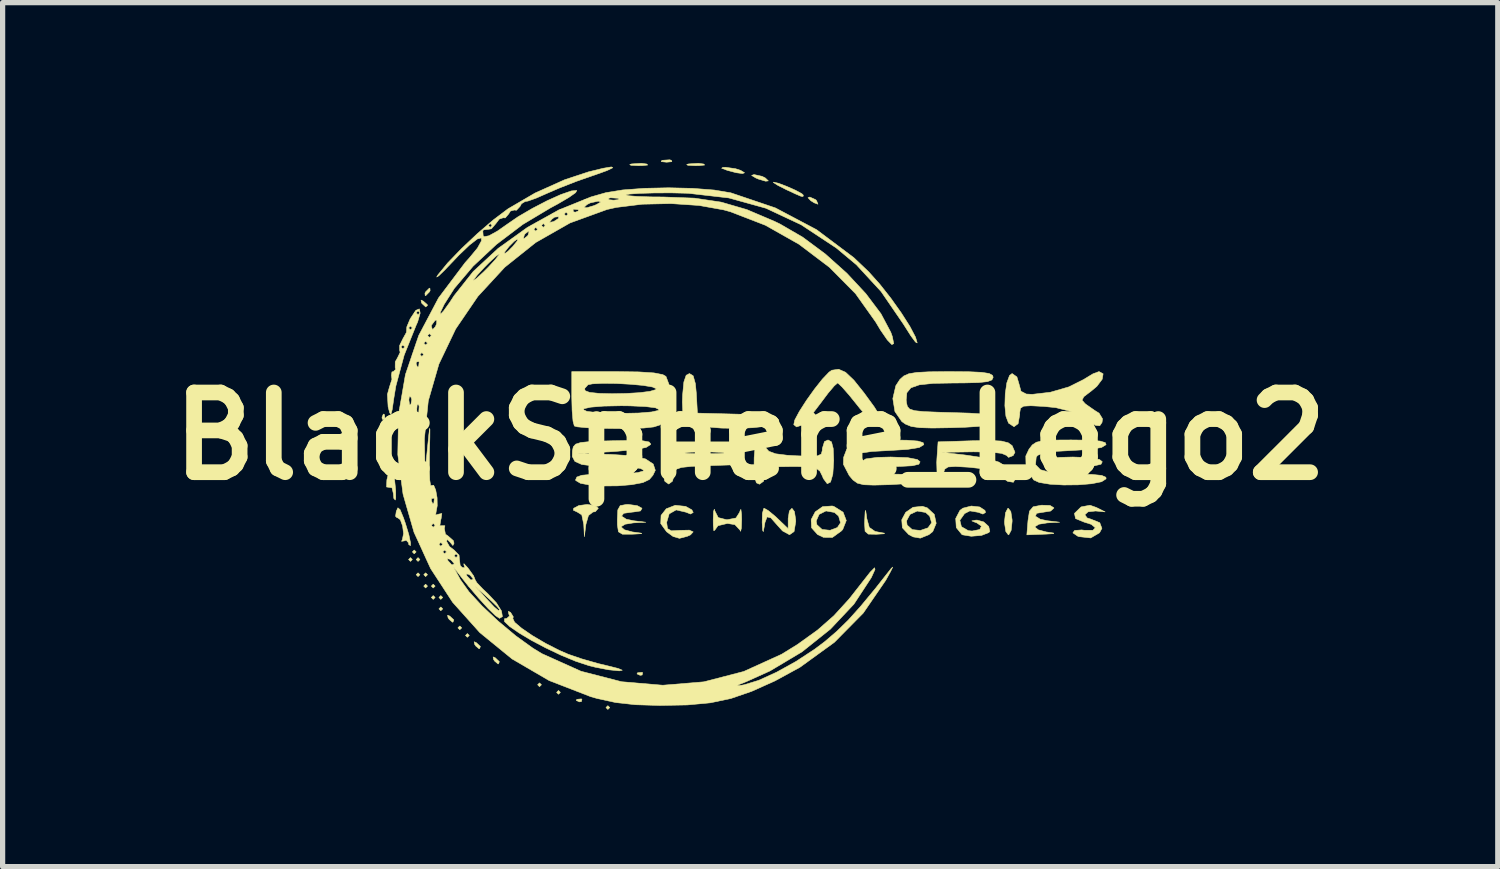
<source format=kicad_pcb>
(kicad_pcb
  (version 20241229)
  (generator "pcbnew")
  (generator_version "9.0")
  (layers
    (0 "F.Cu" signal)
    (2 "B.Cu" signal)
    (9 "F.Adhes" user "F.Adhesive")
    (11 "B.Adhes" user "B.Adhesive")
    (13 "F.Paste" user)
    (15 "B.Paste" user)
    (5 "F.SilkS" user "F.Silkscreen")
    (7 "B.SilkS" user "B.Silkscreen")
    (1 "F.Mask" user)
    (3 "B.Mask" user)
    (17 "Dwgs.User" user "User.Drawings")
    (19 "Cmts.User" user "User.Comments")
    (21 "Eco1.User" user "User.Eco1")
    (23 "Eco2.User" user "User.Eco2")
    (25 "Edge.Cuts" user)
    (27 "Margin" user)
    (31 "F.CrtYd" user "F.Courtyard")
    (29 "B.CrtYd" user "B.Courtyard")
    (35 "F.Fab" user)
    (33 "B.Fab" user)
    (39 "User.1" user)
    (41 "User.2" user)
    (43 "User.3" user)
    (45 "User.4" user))
  (footprint "BlackSphere_Logo2"
    (layer "F.Cu")
    (at 11.292 5.288)
    (property "Reference" "BlackSphere_Logo2" (at 0 0 0) (layer "F.SilkS") (effects (font (size 1.524 1.524) (thickness 0.3))))
    (attr exclude_from_pos_files exclude_from_bom)
    (fp_poly (pts (xy -6.967 0.544) (xy -7.003 0.581) (xy -7.039 0.544) (xy -7.003 0.508) (xy -6.967 0.544)) (stroke (width 0.01) (type solid)) (fill yes) (layer "F.SilkS"))
    (fp_poly (pts (xy -6.459 2.359) (xy -6.495 2.395) (xy -6.531 2.359) (xy -6.495 2.322) (xy -6.459 2.359)) (stroke (width 0.01) (type solid)) (fill yes) (layer "F.SilkS"))
    (fp_poly (pts (xy -6.386 2.213) (xy -6.423 2.25) (xy -6.459 2.213) (xy -6.423 2.177) (xy -6.386 2.213)) (stroke (width 0.01) (type solid)) (fill yes) (layer "F.SilkS"))
    (fp_poly (pts (xy -6.314 2.359) (xy -6.35 2.395) (xy -6.386 2.359) (xy -6.35 2.322) (xy -6.314 2.359)) (stroke (width 0.01) (type solid)) (fill yes) (layer "F.SilkS"))
    (fp_poly (pts (xy -6.314 2.649) (xy -6.35 2.685) (xy -6.386 2.649) (xy -6.35 2.613) (xy -6.314 2.649)) (stroke (width 0.01) (type solid)) (fill yes) (layer "F.SilkS"))
    (fp_poly (pts (xy -6.169 2.649) (xy -6.205 2.685) (xy -6.241 2.649) (xy -6.205 2.613) (xy -6.169 2.649)) (stroke (width 0.01) (type solid)) (fill yes) (layer "F.SilkS"))
    (fp_poly (pts (xy -6.169 2.867) (xy -6.205 2.903) (xy -6.241 2.867) (xy -6.205 2.83) (xy -6.169 2.867)) (stroke (width 0.01) (type solid)) (fill yes) (layer "F.SilkS"))
    (fp_poly (pts (xy -6.023 2.867) (xy -6.06 2.903) (xy -6.096 2.867) (xy -6.06 2.83) (xy -6.023 2.867)) (stroke (width 0.01) (type solid)) (fill yes) (layer "F.SilkS"))
    (fp_poly (pts (xy -6.023 3.084) (xy -6.06 3.121) (xy -6.096 3.084) (xy -6.06 3.048) (xy -6.023 3.084)) (stroke (width 0.01) (type solid)) (fill yes) (layer "F.SilkS"))
    (fp_poly (pts (xy -5.878 3.084) (xy -5.915 3.121) (xy -5.951 3.084) (xy -5.915 3.048) (xy -5.878 3.084)) (stroke (width 0.01) (type solid)) (fill yes) (layer "F.SilkS"))
    (fp_poly (pts (xy -5.878 3.302) (xy -5.915 3.338) (xy -5.951 3.302) (xy -5.915 3.266) (xy -5.878 3.302)) (stroke (width 0.01) (type solid)) (fill yes) (layer "F.SilkS"))
    (fp_poly (pts (xy -5.515 3.665) (xy -5.552 3.701) (xy -5.588 3.665) (xy -5.552 3.629) (xy -5.515 3.665)) (stroke (width 0.01) (type solid)) (fill yes) (layer "F.SilkS"))
    (fp_poly (pts (xy -5.37 3.81) (xy -5.407 3.846) (xy -5.443 3.81) (xy -5.407 3.774) (xy -5.37 3.81)) (stroke (width 0.01) (type solid)) (fill yes) (layer "F.SilkS"))
    (fp_poly (pts (xy -3.991 4.753) (xy -4.028 4.79) (xy -4.064 4.753) (xy -4.028 4.717) (xy -3.991 4.753)) (stroke (width 0.01) (type solid)) (fill yes) (layer "F.SilkS"))
    (fp_poly (pts (xy -3.629 4.899) (xy -3.665 4.935) (xy -3.701 4.899) (xy -3.665 4.862) (xy -3.629 4.899)) (stroke (width 0.01) (type solid)) (fill yes) (layer "F.SilkS"))
    (fp_poly (pts (xy -2.685 5.189) (xy -2.721 5.225) (xy -2.758 5.189) (xy -2.721 5.153) (xy -2.685 5.189)) (stroke (width 0.01) (type solid)) (fill yes) (layer "F.SilkS"))
    (fp_poly (pts (xy -6.991 -0.411) (xy -6.982 -0.325) (xy -6.991 -0.314) (xy -7.034 -0.324) (xy -7.039 -0.363) (xy -7.013 -0.423) (xy -6.991 -0.411)) (stroke (width 0.01) (type solid)) (fill yes) (layer "F.SilkS"))
    (fp_poly (pts (xy -3.217 5.032) (xy -3.227 5.075) (xy -3.266 5.08) (xy -3.325 5.053) (xy -3.314 5.032) (xy -3.228 5.023) (xy -3.217 5.032)) (stroke (width 0.01) (type solid)) (fill yes) (layer "F.SilkS"))
    (fp_poly (pts (xy -2.056 4.524) (xy -2.066 4.567) (xy -2.105 4.572) (xy -2.164 4.545) (xy -2.153 4.524) (xy -2.067 4.515) (xy -2.056 4.524)) (stroke (width 0.01) (type solid)) (fill yes) (layer "F.SilkS"))
    (fp_poly (pts (xy -1.506 -5.273) (xy -1.497 -5.247) (xy -1.597 -5.237) (xy -1.7 -5.248) (xy -1.687 -5.273) (xy -1.539 -5.283) (xy -1.506 -5.273)) (stroke (width 0.01) (type solid)) (fill yes) (layer "F.SilkS"))
    (fp_poly (pts (xy -6.252 -2.583) (xy -6.175 -2.516) (xy -6.169 -2.499) (xy -6.203 -2.47) (xy -6.275 -2.536) (xy -6.284 -2.551) (xy -6.293 -2.601) (xy -6.252 -2.583)) (stroke (width 0.01) (type solid)) (fill yes) (layer "F.SilkS"))
    (fp_poly (pts (xy -5.744 3.44) (xy -5.666 3.513) (xy -5.682 3.555) (xy -5.693 3.556) (xy -5.754 3.504) (xy -5.776 3.472) (xy -5.785 3.423) (xy -5.744 3.44)) (stroke (width 0.01) (type solid)) (fill yes) (layer "F.SilkS"))
    (fp_poly (pts (xy -5.236 3.948) (xy -5.158 4.021) (xy -5.174 4.063) (xy -5.185 4.064) (xy -5.246 4.012) (xy -5.268 3.98) (xy -5.277 3.931) (xy -5.236 3.948)) (stroke (width 0.01) (type solid)) (fill yes) (layer "F.SilkS"))
    (fp_poly (pts (xy -4.873 4.238) (xy -4.796 4.312) (xy -4.812 4.354) (xy -4.822 4.354) (xy -4.883 4.303) (xy -4.906 4.271) (xy -4.914 4.221) (xy -4.873 4.238)) (stroke (width 0.01) (type solid)) (fill yes) (layer "F.SilkS"))
    (fp_poly (pts (xy 1.254 -4.519) (xy 1.27 -4.499) (xy 1.296 -4.434) (xy 1.227 -4.459) (xy 1.161 -4.499) (xy 1.105 -4.558) (xy 1.139 -4.571) (xy 1.254 -4.519)) (stroke (width 0.01) (type solid)) (fill yes) (layer "F.SilkS"))
    (fp_poly (pts (xy -6.92 -0.138) (xy -6.917 -0.126) (xy -6.906 0.032) (xy -6.919 0.092) (xy -6.943 0.095) (xy -6.953 -0.019) (xy -6.953 -0.036) (xy -6.942 -0.149) (xy -6.92 -0.138)) (stroke (width 0.01) (type solid)) (fill yes) (layer "F.SilkS"))
    (fp_poly (pts (xy -6.119 -2.783) (xy -6.132 -2.758) (xy -6.201 -2.688) (xy -6.213 -2.685) (xy -6.218 -2.732) (xy -6.205 -2.758) (xy -6.136 -2.827) (xy -6.124 -2.83) (xy -6.119 -2.783)) (stroke (width 0.01) (type solid)) (fill yes) (layer "F.SilkS"))
    (fp_poly (pts (xy -1.977 -5.202) (xy -1.96 -5.183) (xy -2.064 -5.172) (xy -2.141 -5.171) (xy -2.281 -5.178) (xy -2.303 -5.194) (xy -2.267 -5.204) (xy -2.078 -5.216) (xy -1.977 -5.202)) (stroke (width 0.01) (type solid)) (fill yes) (layer "F.SilkS"))
    (fp_poly (pts (xy -0.888 -5.202) (xy -0.871 -5.183) (xy -0.975 -5.172) (xy -1.052 -5.171) (xy -1.193 -5.178) (xy -1.214 -5.194) (xy -1.178 -5.204) (xy -0.989 -5.216) (xy -0.888 -5.202)) (stroke (width 0.01) (type solid)) (fill yes) (layer "F.SilkS"))
    (fp_poly (pts (xy 0.227 -4.967) (xy 0.29 -4.935) (xy 0.347 -4.88) (xy 0.295 -4.874) (xy 0.159 -4.914) (xy 0.109 -4.935) (xy 0.027 -4.984) (xy 0.073 -5.001) (xy 0.227 -4.967)) (stroke (width 0.01) (type solid)) (fill yes) (layer "F.SilkS"))
    (fp_poly (pts (xy -0.281 -5.113) (xy -0.181 -5.08) (xy -0.108 -5.035) (xy -0.147 -5.02) (xy -0.267 -5.036) (xy -0.435 -5.08) (xy -0.546 -5.122) (xy -0.522 -5.138) (xy -0.472 -5.14) (xy -0.281 -5.113)) (stroke (width 0.01) (type solid)) (fill yes) (layer "F.SilkS"))
    (fp_poly (pts (xy 0.54 -4.835) (xy 0.698 -4.775) (xy 0.865 -4.701) (xy 0.987 -4.635) (xy 1.016 -4.607) (xy 1.01 -4.581) (xy 0.971 -4.586) (xy 0.863 -4.632) (xy 0.689 -4.713) (xy 0.526 -4.796) (xy 0.445 -4.848) (xy 0.445 -4.856) (xy 0.54 -4.835)) (stroke (width 0.01) (type solid)) (fill yes) (layer "F.SilkS"))
    (fp_poly (pts (xy 4.983 1.443) (xy 5.007 1.6) (xy 5.007 1.633) (xy 4.989 1.801) (xy 4.944 1.885) (xy 4.935 1.887) (xy 4.887 1.823) (xy 4.863 1.666) (xy 4.862 1.633) (xy 4.881 1.465) (xy 4.925 1.381) (xy 4.935 1.379) (xy 4.983 1.443)) (stroke (width 0.01) (type solid)) (fill yes) (layer "F.SilkS"))
    (fp_poly (pts (xy -6.841 0.59) (xy -6.812 0.737) (xy -6.799 0.828) (xy -6.777 1.041) (xy -6.776 1.187) (xy -6.785 1.221) (xy -6.813 1.191) (xy -6.822 1.096) (xy -6.848 0.988) (xy -6.894 0.98) (xy -6.952 0.972) (xy -6.946 0.836) (xy -6.901 0.653) (xy -6.868 0.567) (xy -6.841 0.59)) (stroke (width 0.01) (type solid)) (fill yes) (layer "F.SilkS"))
    (fp_poly (pts (xy -2.965 1.328) (xy -2.903 1.379) (xy -2.961 1.444) (xy -3.007 1.451) (xy -3.092 1.518) (xy -3.141 1.687) (xy -3.17 1.923) (xy -3.182 1.687) (xy -3.22 1.505) (xy -3.306 1.451) (xy -3.381 1.416) (xy -3.375 1.379) (xy -3.276 1.327) (xy -3.116 1.306) (xy -2.965 1.328)) (stroke (width 0.01) (type solid)) (fill yes) (layer "F.SilkS"))
    (fp_poly (pts (xy 2.223 1.522) (xy 2.229 1.574) (xy 2.277 1.745) (xy 2.388 1.822) (xy 2.454 1.835) (xy 2.57 1.856) (xy 2.554 1.867) (xy 2.413 1.876) (xy 2.259 1.873) (xy 2.196 1.819) (xy 2.187 1.67) (xy 2.189 1.615) (xy 2.197 1.447) (xy 2.207 1.418) (xy 2.223 1.522)) (stroke (width 0.01) (type solid)) (fill yes) (layer "F.SilkS"))
    (fp_poly (pts (xy 3.009 0.411) (xy 3.195 0.447) (xy 3.248 0.49) (xy 3.224 0.537) (xy 3.101 0.566) (xy 2.862 0.579) (xy 2.685 0.581) (xy 2.378 0.574) (xy 2.197 0.554) (xy 2.124 0.517) (xy 2.123 0.49) (xy 2.21 0.435) (xy 2.429 0.406) (xy 2.685 0.399) (xy 3.009 0.411)) (stroke (width 0.01) (type solid)) (fill yes) (layer "F.SilkS"))
    (fp_poly (pts (xy 6.492 0.411) (xy 6.678 0.447) (xy 6.731 0.49) (xy 6.707 0.537) (xy 6.585 0.566) (xy 6.345 0.579) (xy 6.169 0.581) (xy 5.861 0.574) (xy 5.68 0.554) (xy 5.607 0.517) (xy 5.606 0.49) (xy 5.693 0.435) (xy 5.913 0.406) (xy 6.169 0.399) (xy 6.492 0.411)) (stroke (width 0.01) (type solid)) (fill yes) (layer "F.SilkS"))
    (fp_poly (pts (xy -6.693 1.406) (xy -6.629 1.561) (xy -6.592 1.667) (xy -6.526 1.884) (xy -6.493 2.041) (xy -6.495 2.093) (xy -6.528 2.072) (xy -6.531 2.04) (xy -6.577 1.989) (xy -6.615 2.003) (xy -6.665 2.011) (xy -6.649 1.974) (xy -6.627 1.863) (xy -6.645 1.718) (xy -6.689 1.597) (xy -6.745 1.558) (xy -6.75 1.561) (xy -6.78 1.532) (xy -6.766 1.437) (xy -6.735 1.37) (xy -6.693 1.406)) (stroke (width 0.01) (type solid)) (fill yes) (layer "F.SilkS"))
    (fp_poly (pts (xy -1.234 1.343) (xy -1.116 1.409) (xy -1.089 1.459) (xy -1.14 1.489) (xy -1.228 1.454) (xy -1.416 1.41) (xy -1.549 1.486) (xy -1.597 1.649) (xy -1.581 1.768) (xy -1.507 1.81) (xy -1.343 1.801) (xy -1.163 1.797) (xy -1.09 1.83) (xy -1.14 1.886) (xy -1.203 1.915) (xy -1.352 1.954) (xy -1.473 1.919) (xy -1.598 1.828) (xy -1.71 1.672) (xy -1.704 1.515) (xy -1.604 1.388) (xy -1.433 1.322) (xy -1.234 1.343)) (stroke (width 0.01) (type solid)) (fill yes) (layer "F.SilkS"))
    (fp_poly (pts (xy -0.674 1.433) (xy -0.611 1.557) (xy -0.459 1.596) (xy -0.435 1.597) (xy -0.272 1.565) (xy -0.2 1.452) (xy -0.196 1.433) (xy -0.178 1.399) (xy -0.166 1.49) (xy -0.163 1.597) (xy -0.169 1.761) (xy -0.184 1.82) (xy -0.195 1.796) (xy -0.292 1.692) (xy -0.435 1.669) (xy -0.616 1.712) (xy -0.676 1.796) (xy -0.695 1.809) (xy -0.706 1.702) (xy -0.707 1.597) (xy -0.701 1.44) (xy -0.686 1.397) (xy -0.674 1.433)) (stroke (width 0.01) (type solid)) (fill yes) (layer "F.SilkS"))
    (fp_poly (pts (xy 0.846 1.443) (xy 0.87 1.6) (xy 0.871 1.633) (xy 0.839 1.824) (xy 0.752 1.885) (xy 0.618 1.812) (xy 0.521 1.705) (xy 0.395 1.562) (xy 0.323 1.544) (xy 0.282 1.651) (xy 0.27 1.724) (xy 0.25 1.826) (xy 0.237 1.797) (xy 0.229 1.651) (xy 0.233 1.476) (xy 0.259 1.383) (xy 0.268 1.379) (xy 0.348 1.425) (xy 0.484 1.538) (xy 0.522 1.574) (xy 0.726 1.769) (xy 0.726 1.574) (xy 0.749 1.431) (xy 0.798 1.379) (xy 0.846 1.443)) (stroke (width 0.01) (type solid)) (fill yes) (layer "F.SilkS"))
    (fp_poly (pts (xy -1.09 -1.153) (xy -1.048 -1.004) (xy -1.03 -0.819) (xy -1.009 -0.44) (xy -0.232 -0.42) (xy 0.121 -0.407) (xy 0.352 -0.388) (xy 0.484 -0.359) (xy 0.539 -0.317) (xy 0.544 -0.29) (xy 0.478 -0.233) (xy 0.301 -0.189) (xy 0.048 -0.161) (xy -0.247 -0.149) (xy -0.55 -0.154) (xy -0.826 -0.176) (xy -1.042 -0.215) (xy -1.146 -0.259) (xy -1.242 -0.345) (xy -1.288 -0.461) (xy -1.297 -0.651) (xy -1.292 -0.787) (xy -1.268 -1.036) (xy -1.224 -1.164) (xy -1.161 -1.197) (xy -1.09 -1.153)) (stroke (width 0.01) (type solid)) (fill yes) (layer "F.SilkS"))
    (fp_poly (pts (xy 1.599 1.343) (xy 1.776 1.454) (xy 1.837 1.613) (xy 1.769 1.785) (xy 1.743 1.813) (xy 1.571 1.937) (xy 1.402 1.935) (xy 1.288 1.881) (xy 1.173 1.752) (xy 1.167 1.623) (xy 1.262 1.623) (xy 1.275 1.693) (xy 1.374 1.784) (xy 1.527 1.8) (xy 1.667 1.747) (xy 1.727 1.656) (xy 1.69 1.528) (xy 1.611 1.459) (xy 1.449 1.43) (xy 1.317 1.496) (xy 1.262 1.623) (xy 1.167 1.623) (xy 1.166 1.595) (xy 1.243 1.448) (xy 1.384 1.348) (xy 1.567 1.335) (xy 1.599 1.343)) (stroke (width 0.01) (type solid)) (fill yes) (layer "F.SilkS"))
    (fp_poly (pts (xy 3.384 1.37) (xy 3.519 1.495) (xy 3.556 1.666) (xy 3.49 1.825) (xy 3.416 1.884) (xy 3.252 1.95) (xy 3.116 1.926) (xy 3.03 1.881) (xy 2.909 1.751) (xy 2.899 1.619) (xy 2.989 1.619) (xy 3 1.7) (xy 3.098 1.787) (xy 3.253 1.803) (xy 3.399 1.753) (xy 3.469 1.656) (xy 3.431 1.528) (xy 3.353 1.459) (xy 3.193 1.432) (xy 3.055 1.496) (xy 2.989 1.619) (xy 2.899 1.619) (xy 2.898 1.598) (xy 2.973 1.457) (xy 3.113 1.36) (xy 3.292 1.341) (xy 3.384 1.37)) (stroke (width 0.01) (type solid)) (fill yes) (layer "F.SilkS"))
    (fp_poly (pts (xy 6.616 1.363) (xy 6.785 1.448) (xy 6.604 1.431) (xy 6.459 1.447) (xy 6.398 1.503) (xy 6.442 1.564) (xy 6.509 1.585) (xy 6.683 1.655) (xy 6.724 1.763) (xy 6.679 1.847) (xy 6.51 1.946) (xy 6.284 1.921) (xy 6.259 1.911) (xy 6.169 1.849) (xy 6.202 1.803) (xy 6.337 1.793) (xy 6.386 1.799) (xy 6.553 1.799) (xy 6.598 1.752) (xy 6.522 1.687) (xy 6.38 1.642) (xy 6.22 1.576) (xy 6.199 1.477) (xy 6.321 1.358) (xy 6.33 1.352) (xy 6.496 1.321) (xy 6.616 1.363)) (stroke (width 0.01) (type solid)) (fill yes) (layer "F.SilkS"))
    (fp_poly (pts (xy 5.732 1.325) (xy 5.805 1.369) (xy 5.806 1.374) (xy 5.744 1.432) (xy 5.624 1.451) (xy 5.476 1.475) (xy 5.452 1.53) (xy 5.545 1.588) (xy 5.679 1.617) (xy 5.915 1.646) (xy 5.679 1.658) (xy 5.518 1.684) (xy 5.444 1.732) (xy 5.443 1.737) (xy 5.506 1.791) (xy 5.661 1.832) (xy 5.679 1.834) (xy 5.803 1.853) (xy 5.799 1.864) (xy 5.659 1.873) (xy 5.602 1.875) (xy 5.289 1.887) (xy 5.311 1.615) (xy 5.339 1.434) (xy 5.409 1.351) (xy 5.563 1.321) (xy 5.57 1.32) (xy 5.732 1.325)) (stroke (width 0.01) (type solid)) (fill yes) (layer "F.SilkS"))
    (fp_poly (pts (xy -2.159 1.329) (xy -2.068 1.379) (xy -2.097 1.43) (xy -2.238 1.451) (xy -2.245 1.451) (xy -2.418 1.475) (xy -2.459 1.529) (xy -2.371 1.587) (xy -2.232 1.617) (xy -1.996 1.646) (xy -2.232 1.658) (xy -2.392 1.684) (xy -2.467 1.732) (xy -2.467 1.737) (xy -2.404 1.791) (xy -2.249 1.832) (xy -2.232 1.834) (xy -2.086 1.854) (xy -2.073 1.864) (xy -2.197 1.872) (xy -2.268 1.875) (xy -2.442 1.875) (xy -2.519 1.829) (xy -2.539 1.696) (xy -2.54 1.597) (xy -2.531 1.41) (xy -2.485 1.328) (xy -2.37 1.307) (xy -2.327 1.306) (xy -2.159 1.329)) (stroke (width 0.01) (type solid)) (fill yes) (layer "F.SilkS"))
    (fp_poly (pts (xy -0.181 0.544) (xy -0.816 0.565) (xy -1.123 0.578) (xy -1.312 0.598) (xy -1.411 0.631) (xy -1.448 0.684) (xy -1.451 0.724) (xy -1.485 0.86) (xy -1.558 0.916) (xy -1.629 0.866) (xy -1.638 0.847) (xy -1.658 0.713) (xy -1.66 0.503) (xy -1.656 0.426) (xy -1.648 0.322) (xy -1.252 0.322) (xy -1.193 0.331) (xy -1.018 0.337) (xy -0.871 0.338) (xy -0.635 0.335) (xy -0.508 0.327) (xy -0.504 0.317) (xy -0.562 0.31) (xy -0.851 0.298) (xy -1.149 0.307) (xy -1.179 0.31) (xy -1.252 0.322) (xy -1.648 0.322) (xy -1.633 0.109) (xy -0.181 0.109) (xy -0.181 0.544)) (stroke (width 0.01) (type solid)) (fill yes) (layer "F.SilkS"))
    (fp_poly (pts (xy -4.582 3.368) (xy -4.529 3.454) (xy -4.538 3.487) (xy -4.504 3.558) (xy -4.369 3.673) (xy -4.163 3.814) (xy -3.915 3.96) (xy -3.655 4.093) (xy -3.483 4.168) (xy -3.221 4.258) (xy -2.905 4.348) (xy -2.721 4.392) (xy -2.522 4.442) (xy -2.445 4.475) (xy -2.501 4.487) (xy -2.504 4.487) (xy -2.705 4.467) (xy -2.964 4.417) (xy -3.084 4.387) (xy -3.338 4.303) (xy -3.62 4.186) (xy -3.908 4.049) (xy -4.181 3.905) (xy -4.417 3.764) (xy -4.597 3.64) (xy -4.697 3.545) (xy -4.698 3.491) (xy -4.652 3.483) (xy -4.601 3.438) (xy -4.615 3.4) (xy -4.624 3.35) (xy -4.582 3.368)) (stroke (width 0.01) (type solid)) (fill yes) (layer "F.SilkS"))
    (fp_poly (pts (xy 1.823 -1.221) (xy 1.982 -1.07) (xy 2.175 -0.829) (xy 2.372 -0.559) (xy 2.484 -0.379) (xy 2.521 -0.266) (xy 2.493 -0.2) (xy 2.475 -0.186) (xy 2.398 -0.217) (xy 2.263 -0.34) (xy 2.095 -0.532) (xy 2.059 -0.578) (xy 1.891 -0.786) (xy 1.755 -0.941) (xy 1.677 -1.014) (xy 1.67 -1.016) (xy 1.607 -0.961) (xy 1.487 -0.819) (xy 1.337 -0.619) (xy 1.134 -0.354) (xy 0.987 -0.21) (xy 0.886 -0.177) (xy 0.833 -0.22) (xy 0.852 -0.308) (xy 0.94 -0.473) (xy 1.074 -0.682) (xy 1.229 -0.899) (xy 1.381 -1.091) (xy 1.507 -1.223) (xy 1.561 -1.26) (xy 1.691 -1.279) (xy 1.823 -1.221)) (stroke (width 0.01) (type solid)) (fill yes) (layer "F.SilkS"))
    (fp_poly (pts (xy 4.387 1.354) (xy 4.488 1.42) (xy 4.499 1.459) (xy 4.449 1.49) (xy 4.364 1.457) (xy 4.199 1.429) (xy 4.099 1.48) (xy 4.008 1.608) (xy 4.038 1.731) (xy 4.17 1.807) (xy 4.243 1.814) (xy 4.389 1.785) (xy 4.421 1.72) (xy 4.327 1.655) (xy 4.3 1.647) (xy 4.237 1.62) (xy 4.313 1.606) (xy 4.338 1.605) (xy 4.464 1.64) (xy 4.56 1.727) (xy 4.581 1.819) (xy 4.563 1.843) (xy 4.422 1.898) (xy 4.226 1.914) (xy 4.061 1.887) (xy 4.046 1.879) (xy 3.94 1.748) (xy 3.929 1.574) (xy 4.01 1.419) (xy 4.067 1.377) (xy 4.227 1.336) (xy 4.387 1.354)) (stroke (width 0.01) (type solid)) (fill yes) (layer "F.SilkS"))
    (fp_poly (pts (xy 2.999 0.078) (xy 3.207 0.094) (xy 3.307 0.125) (xy 3.32 0.163) (xy 3.232 0.217) (xy 3.004 0.254) (xy 2.658 0.275) (xy 2.327 0.293) (xy 2.119 0.322) (xy 2.011 0.368) (xy 1.984 0.403) (xy 1.971 0.545) (xy 2.066 0.642) (xy 2.279 0.701) (xy 2.621 0.725) (xy 2.736 0.726) (xy 3.05 0.732) (xy 3.238 0.751) (xy 3.317 0.786) (xy 3.32 0.816) (xy 3.23 0.871) (xy 3 0.908) (xy 2.669 0.928) (xy 2.365 0.936) (xy 2.171 0.929) (xy 2.05 0.899) (xy 1.965 0.838) (xy 1.893 0.753) (xy 1.782 0.539) (xy 1.786 0.406) (xy 1.843 0.257) (xy 1.925 0.161) (xy 2.061 0.105) (xy 2.28 0.079) (xy 2.612 0.073) (xy 2.664 0.073) (xy 2.999 0.078)) (stroke (width 0.01) (type solid)) (fill yes) (layer "F.SilkS"))
    (fp_poly (pts (xy 6.477 0.077) (xy 6.688 0.094) (xy 6.789 0.124) (xy 6.804 0.163) (xy 6.715 0.217) (xy 6.488 0.254) (xy 6.141 0.275) (xy 5.811 0.293) (xy 5.603 0.322) (xy 5.494 0.368) (xy 5.468 0.403) (xy 5.455 0.545) (xy 5.549 0.642) (xy 5.763 0.701) (xy 6.104 0.725) (xy 6.22 0.726) (xy 6.534 0.732) (xy 6.721 0.751) (xy 6.8 0.786) (xy 6.804 0.816) (xy 6.717 0.872) (xy 6.527 0.91) (xy 6.272 0.931) (xy 5.993 0.934) (xy 5.731 0.919) (xy 5.524 0.885) (xy 5.419 0.837) (xy 5.274 0.613) (xy 5.269 0.38) (xy 5.33 0.25) (xy 5.393 0.168) (xy 5.472 0.116) (xy 5.6 0.087) (xy 5.808 0.075) (xy 6.128 0.073) (xy 6.14 0.073) (xy 6.477 0.077)) (stroke (width 0.01) (type solid)) (fill yes) (layer "F.SilkS"))
    (fp_poly (pts (xy 4.802 0.094) (xy 4.933 0.127) (xy 5.008 0.182) (xy 5.062 0.308) (xy 5.027 0.372) (xy 4.939 0.406) (xy 4.902 0.369) (xy 4.805 0.329) (xy 4.589 0.305) (xy 4.277 0.3) (xy 4.259 0.3) (xy 3.665 0.309) (xy 4.147 0.366) (xy 4.505 0.421) (xy 4.754 0.496) (xy 4.926 0.605) (xy 5.002 0.682) (xy 5.069 0.814) (xy 5.032 0.882) (xy 4.923 0.865) (xy 4.816 0.789) (xy 4.666 0.685) (xy 4.461 0.625) (xy 4.176 0.594) (xy 3.925 0.58) (xy 3.784 0.589) (xy 3.718 0.632) (xy 3.691 0.722) (xy 3.684 0.772) (xy 3.657 0.901) (xy 3.621 0.897) (xy 3.602 0.861) (xy 3.572 0.717) (xy 3.566 0.501) (xy 3.57 0.426) (xy 3.592 0.109) (xy 4.253 0.088) (xy 4.585 0.083) (xy 4.802 0.094)) (stroke (width 0.01) (type solid)) (fill yes) (layer "F.SilkS"))
    (fp_poly (pts (xy 1.554 0.109) (xy 1.587 0.235) (xy 1.597 0.467) (xy 1.58 0.727) (xy 1.536 0.878) (xy 1.473 0.91) (xy 1.399 0.811) (xy 1.381 0.766) (xy 1.333 0.669) (xy 1.261 0.613) (xy 1.126 0.588) (xy 0.893 0.581) (xy 0.8 0.581) (xy 0.532 0.585) (xy 0.378 0.603) (xy 0.308 0.643) (xy 0.29 0.714) (xy 0.29 0.721) (xy 0.256 0.862) (xy 0.178 0.919) (xy 0.119 0.893) (xy 0.088 0.796) (xy 0.074 0.618) (xy 0.076 0.409) (xy 0.092 0.217) (xy 0.121 0.094) (xy 0.143 0.073) (xy 0.229 0.129) (xy 0.287 0.212) (xy 0.356 0.289) (xy 0.484 0.337) (xy 0.704 0.365) (xy 0.87 0.375) (xy 1.136 0.385) (xy 1.288 0.377) (xy 1.359 0.343) (xy 1.378 0.274) (xy 1.379 0.236) (xy 1.42 0.104) (xy 1.488 0.073) (xy 1.554 0.109)) (stroke (width 0.01) (type solid)) (fill yes) (layer "F.SilkS"))
    (fp_poly (pts (xy 6.747 -1.192) (xy 6.729 -1.087) (xy 6.627 -0.952) (xy 6.522 -0.864) (xy 6.379 -0.755) (xy 6.344 -0.688) (xy 6.402 -0.622) (xy 6.431 -0.6) (xy 6.585 -0.492) (xy 6.67 -0.439) (xy 6.736 -0.331) (xy 6.726 -0.261) (xy 6.683 -0.199) (xy 6.606 -0.205) (xy 6.459 -0.288) (xy 6.379 -0.34) (xy 6.127 -0.473) (xy 5.843 -0.545) (xy 5.616 -0.568) (xy 5.365 -0.581) (xy 5.227 -0.573) (xy 5.167 -0.533) (xy 5.153 -0.449) (xy 5.153 -0.412) (xy 5.122 -0.238) (xy 5.044 -0.18) (xy 4.939 -0.249) (xy 4.889 -0.38) (xy 4.869 -0.582) (xy 4.876 -0.81) (xy 4.906 -1.018) (xy 4.958 -1.16) (xy 5.007 -1.197) (xy 5.099 -1.132) (xy 5.139 -0.998) (xy 5.177 -0.858) (xy 5.279 -0.805) (xy 5.393 -0.799) (xy 5.738 -0.839) (xy 6.093 -0.942) (xy 6.383 -1.087) (xy 6.397 -1.097) (xy 6.554 -1.192) (xy 6.667 -1.234) (xy 6.67 -1.234) (xy 6.747 -1.192)) (stroke (width 0.01) (type solid)) (fill yes) (layer "F.SilkS"))
    (fp_poly (pts (xy 4.185 -1.231) (xy 4.426 -1.22) (xy 4.568 -1.198) (xy 4.633 -1.162) (xy 4.645 -1.125) (xy 4.621 -1.075) (xy 4.535 -1.042) (xy 4.362 -1.024) (xy 4.08 -1.017) (xy 3.891 -1.016) (xy 3.5 -1.009) (xy 3.234 -0.981) (xy 3.072 -0.924) (xy 2.995 -0.83) (xy 2.982 -0.691) (xy 2.988 -0.639) (xy 3.005 -0.567) (xy 3.048 -0.518) (xy 3.143 -0.487) (xy 3.316 -0.469) (xy 3.592 -0.458) (xy 3.833 -0.451) (xy 4.19 -0.44) (xy 4.424 -0.425) (xy 4.561 -0.402) (xy 4.622 -0.367) (xy 4.632 -0.316) (xy 4.63 -0.306) (xy 4.601 -0.249) (xy 4.521 -0.211) (xy 4.366 -0.186) (xy 4.111 -0.17) (xy 3.838 -0.161) (xy 3.483 -0.155) (xy 3.241 -0.162) (xy 3.08 -0.185) (xy 2.969 -0.23) (xy 2.899 -0.279) (xy 2.767 -0.47) (xy 2.727 -0.718) (xy 2.784 -0.964) (xy 2.863 -1.085) (xy 2.936 -1.15) (xy 3.033 -1.193) (xy 3.184 -1.218) (xy 3.418 -1.23) (xy 3.763 -1.234) (xy 3.821 -1.234) (xy 4.185 -1.231)) (stroke (width 0.01) (type solid)) (fill yes) (layer "F.SilkS"))
    (fp_poly (pts (xy -2.052 0.089) (xy -1.934 0.111) (xy -1.902 0.15) (xy -1.904 0.161) (xy -1.99 0.216) (xy -2.212 0.259) (xy -2.573 0.292) (xy -2.618 0.295) (xy -3.302 0.335) (xy -2.672 0.349) (xy -2.272 0.375) (xy -2.003 0.435) (xy -1.854 0.533) (xy -1.814 0.653) (xy -1.86 0.749) (xy -1.928 0.829) (xy -2.052 0.888) (xy -2.264 0.928) (xy -2.526 0.95) (xy -2.802 0.953) (xy -3.053 0.937) (xy -3.244 0.902) (xy -3.335 0.848) (xy -3.338 0.835) (xy -3.313 0.781) (xy -3.22 0.748) (xy -3.035 0.731) (xy -2.733 0.726) (xy -2.685 0.726) (xy -2.372 0.718) (xy -2.149 0.697) (xy -2.039 0.665) (xy -2.032 0.653) (xy -2.1 0.617) (xy -2.286 0.592) (xy -2.564 0.58) (xy -2.631 0.579) (xy -2.987 0.571) (xy -3.22 0.542) (xy -3.351 0.483) (xy -3.402 0.388) (xy -3.399 0.282) (xy -3.382 0.204) (xy -3.337 0.153) (xy -3.24 0.122) (xy -3.062 0.104) (xy -2.777 0.092) (xy -2.624 0.088) (xy -2.276 0.082) (xy -2.052 0.089)) (stroke (width 0.01) (type solid)) (fill yes) (layer "F.SilkS"))
    (fp_poly (pts (xy -6.309 -2.352) (xy -6.358 -2.182) (xy -6.385 -2.123) (xy -6.615 -1.549) (xy -6.774 -0.958) (xy -6.812 -0.728) (xy -6.844 -0.508) (xy -6.868 -0.418) (xy -6.891 -0.444) (xy -6.922 -0.558) (xy -6.936 -0.798) (xy -6.896 -0.941) (xy -6.849 -1.086) (xy -6.859 -1.163) (xy -6.849 -1.228) (xy -6.822 -1.234) (xy -6.775 -1.278) (xy -6.787 -1.309) (xy -6.786 -1.421) (xy -6.745 -1.493) (xy -6.692 -1.602) (xy -6.703 -1.647) (xy -6.702 -1.705) (xy -6.677 -1.705) (xy -6.64 -1.669) (xy -6.604 -1.705) (xy -6.64 -1.742) (xy -6.677 -1.705) (xy -6.702 -1.705) (xy -6.702 -1.734) (xy -6.639 -1.863) (xy -6.572 -1.984) (xy -6.568 -2.032) (xy -6.566 -2.068) (xy -6.531 -2.068) (xy -6.495 -2.032) (xy -6.459 -2.068) (xy -6.495 -2.105) (xy -6.531 -2.068) (xy -6.566 -2.068) (xy -6.565 -2.088) (xy -6.508 -2.225) (xy -6.494 -2.252) (xy -6.423 -2.359) (xy -6.386 -2.359) (xy -6.35 -2.322) (xy -6.314 -2.359) (xy -6.35 -2.395) (xy -6.386 -2.359) (xy -6.423 -2.359) (xy -6.392 -2.405) (xy -6.325 -2.433) (xy -6.309 -2.352)) (stroke (width 0.01) (type solid)) (fill yes) (layer "F.SilkS"))
    (fp_poly (pts (xy -2.13 -1.228) (xy -1.841 -1.209) (xy -1.67 -1.176) (xy -1.61 -1.141) (xy -1.552 -0.987) (xy -1.537 -0.757) (xy -1.56 -0.514) (xy -1.62 -0.32) (xy -1.652 -0.272) (xy -1.726 -0.214) (xy -1.844 -0.176) (xy -2.035 -0.155) (xy -2.326 -0.146) (xy -2.539 -0.145) (xy -2.861 -0.149) (xy -3.127 -0.161) (xy -3.306 -0.178) (xy -3.362 -0.194) (xy -3.387 -0.286) (xy -3.404 -0.481) (xy -3.405 -0.508) (xy -3.193 -0.508) (xy -3.124 -0.474) (xy -2.931 -0.45) (xy -2.635 -0.437) (xy -2.467 -0.435) (xy -2.13 -0.442) (xy -1.887 -0.462) (xy -1.757 -0.491) (xy -1.742 -0.508) (xy -1.811 -0.542) (xy -2.004 -0.566) (xy -2.3 -0.579) (xy -2.467 -0.581) (xy -2.805 -0.574) (xy -3.048 -0.554) (xy -3.178 -0.525) (xy -3.193 -0.508) (xy -3.405 -0.508) (xy -3.411 -0.737) (xy -3.411 -0.91) (xy -3.166 -0.91) (xy -3.156 -0.869) (xy -3.069 -0.836) (xy -2.885 -0.817) (xy -2.64 -0.811) (xy -2.372 -0.816) (xy -2.119 -0.831) (xy -1.918 -0.856) (xy -1.806 -0.889) (xy -1.796 -0.907) (xy -1.87 -0.94) (xy -2.049 -0.97) (xy -2.293 -0.992) (xy -2.562 -1.007) (xy -2.816 -1.01) (xy -3.014 -1) (xy -3.101 -0.983) (xy -3.166 -0.91) (xy -3.411 -0.91) (xy -3.411 -1.234) (xy -2.549 -1.234) (xy -2.13 -1.228)) (stroke (width 0.01) (type solid)) (fill yes) (layer "F.SilkS"))
    (fp_poly (pts (xy -2.627 -5.131) (xy -2.735 -5.078) (xy -2.98 -4.99) (xy -3.012 -4.98) (xy -3.331 -4.868) (xy -3.654 -4.741) (xy -3.883 -4.642) (xy -4.092 -4.55) (xy -4.249 -4.494) (xy -4.302 -4.486) (xy -4.373 -4.443) (xy -4.4 -4.392) (xy -4.469 -4.318) (xy -4.508 -4.323) (xy -4.584 -4.303) (xy -4.616 -4.25) (xy -4.683 -4.172) (xy -4.721 -4.175) (xy -4.797 -4.15) (xy -4.862 -4.064) (xy -4.947 -3.964) (xy -5.006 -3.954) (xy -5.096 -3.944) (xy -5.112 -3.925) (xy -5.105 -3.83) (xy -5.085 -3.813) (xy -4.994 -3.831) (xy -4.831 -3.921) (xy -4.666 -4.037) (xy -4.438 -4.194) (xy -4.164 -4.354) (xy -3.881 -4.501) (xy -3.621 -4.618) (xy -3.419 -4.688) (xy -3.315 -4.697) (xy -3.337 -4.655) (xy -3.466 -4.564) (xy -3.677 -4.44) (xy -3.818 -4.364) (xy -4.348 -4.047) (xy -4.851 -3.666) (xy -5.297 -3.249) (xy -5.657 -2.824) (xy -5.849 -2.522) (xy -5.923 -2.368) (xy -5.924 -2.328) (xy -5.862 -2.393) (xy -5.745 -2.556) (xy -5.66 -2.686) (xy -5.431 -2.975) (xy -5.29 -2.975) (xy -5.223 -3.023) (xy -5.092 -3.144) (xy -5.007 -3.229) (xy -4.873 -3.375) (xy -4.801 -3.467) (xy -4.798 -3.483) (xy -4.703 -3.483) (xy -4.633 -3.531) (xy -4.536 -3.629) (xy -4.452 -3.734) (xy -4.441 -3.774) (xy -4.511 -3.726) (xy -4.608 -3.629) (xy -4.692 -3.523) (xy -4.703 -3.483) (xy -4.798 -3.483) (xy -4.865 -3.436) (xy -4.995 -3.315) (xy -5.08 -3.229) (xy -5.214 -3.084) (xy -5.287 -2.992) (xy -5.29 -2.975) (xy -5.431 -2.975) (xy -5.295 -3.147) (xy -4.819 -3.589) (xy -4.555 -3.778) (xy -4.336 -3.778) (xy -4.327 -3.774) (xy -4.26 -3.825) (xy -4.245 -3.846) (xy -4.227 -3.914) (xy -4.237 -3.919) (xy -4.303 -3.868) (xy -4.318 -3.846) (xy -4.336 -3.778) (xy -4.555 -3.778) (xy -4.309 -3.955) (xy -4.137 -3.955) (xy -4.1 -3.919) (xy -4.064 -3.955) (xy -4.1 -3.991) (xy -4.137 -3.955) (xy -4.309 -3.955) (xy -4.263 -3.988) (xy -4.192 -4.028) (xy -3.991 -4.028) (xy -3.955 -3.991) (xy -3.919 -4.028) (xy -3.955 -4.064) (xy -3.991 -4.028) (xy -4.192 -4.028) (xy -4.09 -4.085) (xy -3.839 -4.085) (xy -3.766 -4.1) (xy -3.752 -4.105) (xy -3.664 -4.162) (xy -3.663 -4.195) (xy -3.74 -4.187) (xy -3.793 -4.146) (xy -3.839 -4.085) (xy -4.09 -4.085) (xy -3.801 -4.245) (xy -3.556 -4.245) (xy -3.52 -4.209) (xy -3.483 -4.245) (xy -3.52 -4.282) (xy -3.556 -4.245) (xy -3.801 -4.245) (xy -3.66 -4.324) (xy -3.645 -4.33) (xy -3.387 -4.33) (xy -3.377 -4.287) (xy -3.338 -4.282) (xy -3.279 -4.308) (xy -3.29 -4.33) (xy -3.376 -4.339) (xy -3.387 -4.33) (xy -3.645 -4.33) (xy -3.54 -4.372) (xy -3.178 -4.372) (xy -3.125 -4.366) (xy -2.99 -4.406) (xy -2.939 -4.427) (xy -2.857 -4.476) (xy -2.903 -4.493) (xy -3.058 -4.459) (xy -3.121 -4.427) (xy -3.178 -4.372) (xy -3.54 -4.372) (xy -3.173 -4.521) (xy -2.712 -4.521) (xy -2.613 -4.511) (xy -2.51 -4.522) (xy -2.522 -4.547) (xy -2.67 -4.557) (xy -2.703 -4.547) (xy -2.712 -4.521) (xy -3.173 -4.521) (xy -3.044 -4.573) (xy -2.758 -4.655) (xy -2.436 -4.707) (xy -2.021 -4.738) (xy -1.56 -4.748) (xy -1.1 -4.737) (xy -0.688 -4.705) (xy -0.372 -4.652) (xy -0.368 -4.651) (xy 0.482 -4.363) (xy 1.269 -3.947) (xy 1.979 -3.414) (xy 2.264 -3.143) (xy 2.473 -2.91) (xy 2.688 -2.638) (xy 2.888 -2.357) (xy 3.053 -2.098) (xy 3.161 -1.892) (xy 3.193 -1.782) (xy 3.159 -1.8) (xy 3.071 -1.919) (xy 2.947 -2.114) (xy 2.93 -2.141) (xy 2.503 -2.764) (xy 2.03 -3.277) (xy 1.647 -3.597) (xy 0.975 -4.041) (xy 0.301 -4.357) (xy -0.409 -4.554) (xy -1.186 -4.643) (xy -1.513 -4.651) (xy -1.845 -4.649) (xy -2.12 -4.641) (xy -2.308 -4.628) (xy -2.378 -4.613) (xy -2.328 -4.596) (xy -2.161 -4.583) (xy -1.904 -4.574) (xy -1.66 -4.572) (xy -1.067 -4.55) (xy -0.555 -4.474) (xy -0.064 -4.331) (xy 0.463 -4.107) (xy 0.567 -4.057) (xy 1.002 -3.805) (xy 1.437 -3.482) (xy 1.849 -3.113) (xy 2.211 -2.724) (xy 2.5 -2.34) (xy 2.688 -1.986) (xy 2.717 -1.905) (xy 2.744 -1.769) (xy 2.708 -1.75) (xy 2.621 -1.84) (xy 2.491 -2.029) (xy 2.398 -2.184) (xy 2.014 -2.724) (xy 1.516 -3.227) (xy 0.932 -3.669) (xy 0.292 -4.031) (xy -0.375 -4.289) (xy -0.508 -4.326) (xy -0.977 -4.41) (xy -1.515 -4.446) (xy -2.062 -4.434) (xy -2.558 -4.373) (xy -2.737 -4.333) (xy -3.444 -4.076) (xy -4.1 -3.702) (xy -4.692 -3.229) (xy -5.206 -2.672) (xy -5.63 -2.05) (xy -5.951 -1.378) (xy -6.154 -0.675) (xy -6.228 0.044) (xy -6.227 0.145) (xy -6.215 0.689) (xy -6.165 0.181) (xy -6.142 -0.043) (xy -6.128 -0.149) (xy -6.123 -0.129) (xy -6.124 0.022) (xy -6.131 0.311) (xy -6.132 0.351) (xy -6.134 0.633) (xy -6.126 0.839) (xy -6.11 0.942) (xy -6.096 0.944) (xy -6.052 0.938) (xy -6.012 1.031) (xy -5.986 1.177) (xy -5.983 1.331) (xy -6.001 1.426) (xy -6.014 1.508) (xy -5.955 1.491) (xy -5.895 1.479) (xy -5.909 1.578) (xy -5.915 1.597) (xy -5.933 1.711) (xy -5.887 1.711) (xy -5.836 1.713) (xy -5.847 1.765) (xy -5.826 1.875) (xy -5.774 1.911) (xy -5.675 1.998) (xy -5.662 2.048) (xy -5.684 2.091) (xy -5.733 2.032) (xy -5.792 1.975) (xy -5.805 2.011) (xy -5.748 2.112) (xy -5.663 2.176) (xy -5.566 2.274) (xy -5.559 2.352) (xy -5.544 2.473) (xy -5.509 2.508) (xy -5.453 2.52) (xy -5.474 2.46) (xy -5.473 2.438) (xy -5.401 2.515) (xy -5.382 2.539) (xy -5.288 2.67) (xy -5.259 2.743) (xy -5.26 2.744) (xy -5.226 2.802) (xy -5.111 2.923) (xy -5.013 3.015) (xy -4.852 3.187) (xy -4.755 3.342) (xy -4.737 3.45) (xy -4.793 3.483) (xy -4.87 3.431) (xy -5.012 3.293) (xy -5.192 3.096) (xy -5.385 2.869) (xy -5.387 2.867) (xy -5.261 2.867) (xy -5.048 3.102) (xy -4.893 3.267) (xy -4.813 3.334) (xy -4.79 3.316) (xy -4.79 3.316) (xy -4.838 3.258) (xy -4.961 3.139) (xy -5.026 3.08) (xy -5.261 2.867) (xy -5.387 2.867) (xy -5.503 2.721) (xy -5.571 2.633) (xy -5.431 2.633) (xy -5.414 2.674) (xy -5.34 2.752) (xy -5.298 2.736) (xy -5.298 2.726) (xy -5.349 2.664) (xy -5.381 2.642) (xy -5.431 2.633) (xy -5.571 2.633) (xy -5.671 2.504) (xy -5.539 2.747) (xy -5.377 2.974) (xy -5.125 3.248) (xy -4.815 3.539) (xy -4.481 3.818) (xy -4.155 4.053) (xy -3.979 4.16) (xy -3.234 4.495) (xy -2.459 4.695) (xy -1.671 4.762) (xy -0.886 4.697) (xy -0.123 4.499) (xy 0.601 4.17) (xy 0.902 3.984) (xy 1.287 3.708) (xy 1.6 3.433) (xy 1.892 3.113) (xy 2.132 2.807) (xy 2.293 2.602) (xy 2.378 2.516) (xy 2.386 2.549) (xy 2.316 2.703) (xy 2.313 2.708) (xy 1.983 3.212) (xy 1.533 3.69) (xy 0.99 4.124) (xy 0.378 4.489) (xy -0.069 4.691) (xy -0.223 4.753) (xy -0.246 4.773) (xy -0.145 4.759) (xy -0.109 4.752) (xy 0.164 4.668) (xy 0.506 4.512) (xy 0.876 4.307) (xy 1.232 4.074) (xy 1.426 3.928) (xy 1.655 3.732) (xy 1.875 3.517) (xy 2.111 3.254) (xy 2.39 2.917) (xy 2.601 2.649) (xy 2.697 2.528) (xy 2.725 2.504) (xy 2.684 2.588) (xy 2.592 2.755) (xy 2.161 3.383) (xy 1.609 3.942) (xy 0.951 4.419) (xy 0.472 4.68) (xy 0.028 4.879) (xy -0.367 5.015) (xy -0.76 5.098) (xy -1.201 5.139) (xy -1.727 5.149) (xy -2.192 5.135) (xy -2.571 5.093) (xy -2.921 5.017) (xy -3.048 4.981) (xy -3.845 4.672) (xy -4.553 4.259) (xy -5.169 3.756) (xy -5.689 3.176) (xy -6.109 2.532) (xy -6.196 2.343) (xy -5.794 2.343) (xy -5.776 2.384) (xy -5.703 2.462) (xy -5.661 2.446) (xy -5.661 2.435) (xy -5.712 2.374) (xy -5.744 2.352) (xy -5.794 2.343) (xy -6.196 2.343) (xy -6.222 2.286) (xy -5.661 2.286) (xy -5.624 2.322) (xy -5.588 2.286) (xy -5.624 2.25) (xy -5.661 2.286) (xy -6.222 2.286) (xy -6.255 2.213) (xy -5.878 2.213) (xy -5.842 2.25) (xy -5.806 2.213) (xy -5.842 2.177) (xy -5.878 2.213) (xy -6.255 2.213) (xy -6.321 2.068) (xy -5.951 2.068) (xy -5.915 2.105) (xy -5.878 2.068) (xy -5.915 2.032) (xy -5.951 2.068) (xy -6.321 2.068) (xy -6.427 1.838) (xy -6.465 1.705) (xy -6.096 1.705) (xy -6.06 1.742) (xy -6.023 1.705) (xy -6.06 1.669) (xy -6.096 1.705) (xy -6.465 1.705) (xy -6.601 1.234) (xy -6.096 1.234) (xy -6.069 1.293) (xy -6.048 1.282) (xy -6.039 1.196) (xy -6.048 1.185) (xy -6.091 1.195) (xy -6.096 1.234) (xy -6.601 1.234) (xy -6.637 1.107) (xy -6.702 0.617) (xy -6.372 0.617) (xy -6.364 0.741) (xy -6.342 0.752) (xy -6.339 0.745) (xy -6.324 0.601) (xy -6.336 0.528) (xy -6.359 0.498) (xy -6.372 0.594) (xy -6.372 0.617) (xy -6.702 0.617) (xy -6.737 0.351) (xy -6.723 -0.414) (xy -6.707 -0.508) (xy -6.375 -0.508) (xy -6.363 -0.405) (xy -6.338 -0.417) (xy -6.329 -0.566) (xy -6.338 -0.599) (xy -6.365 -0.608) (xy -6.375 -0.508) (xy -6.707 -0.508) (xy -6.674 -0.695) (xy -6.526 -0.695) (xy -6.512 -0.601) (xy -6.488 -0.6) (xy -6.47 -0.697) (xy -6.482 -0.739) (xy -6.514 -0.767) (xy -6.526 -0.695) (xy -6.674 -0.695) (xy -6.591 -1.177) (xy -6.522 -1.379) (xy -6.386 -1.379) (xy -6.36 -1.319) (xy -6.338 -1.33) (xy -6.329 -1.417) (xy -6.338 -1.427) (xy -6.381 -1.417) (xy -6.386 -1.379) (xy -6.522 -1.379) (xy -6.461 -1.56) (xy -6.314 -1.56) (xy -6.277 -1.524) (xy -6.241 -1.56) (xy -6.277 -1.597) (xy -6.314 -1.56) (xy -6.461 -1.56) (xy -6.387 -1.778) (xy -6.241 -1.778) (xy -6.205 -1.742) (xy -6.169 -1.778) (xy -6.205 -1.814) (xy -6.241 -1.778) (xy -6.387 -1.778) (xy -6.337 -1.923) (xy -6.169 -1.923) (xy -6.132 -1.887) (xy -6.096 -1.923) (xy -6.132 -1.959) (xy -6.169 -1.923) (xy -6.337 -1.923) (xy -6.337 -1.924) (xy -6.244 -2.1) (xy -6.096 -2.1) (xy -6.073 -2.034) (xy -6.019 -2.092) (xy -5.996 -2.145) (xy -5.991 -2.22) (xy -6.024 -2.213) (xy -6.093 -2.12) (xy -6.096 -2.1) (xy -6.244 -2.1) (xy -5.958 -2.642) (xy -5.45 -3.317) (xy -5.371 -3.405) (xy -5.214 -3.595) (xy -5.137 -3.735) (xy -5.14 -3.79) (xy -5.216 -3.77) (xy -5.366 -3.654) (xy -5.571 -3.458) (xy -5.663 -3.361) (xy -5.841 -3.174) (xy -5.955 -3.064) (xy -5.994 -3.042) (xy -5.969 -3.084) (xy -5.785 -3.309) (xy -5.521 -3.583) (xy -5.217 -3.87) (xy -5.034 -4.028) (xy -5.007 -4.028) (xy -4.971 -3.991) (xy -4.935 -4.028) (xy -4.971 -4.064) (xy -5.007 -4.028) (xy -5.034 -4.028) (xy -4.909 -4.135) (xy -4.636 -4.341) (xy -4.624 -4.349) (xy -4.112 -4.648) (xy -3.551 -4.9) (xy -3.096 -5.051) (xy -2.811 -5.121) (xy -2.654 -5.147) (xy -2.627 -5.131)) (stroke (width 0.01) (type solid)) (fill yes) (layer "F.SilkS")))
  (gr_rect
    (start -3 -3)
    (end 25.584 13.518)
    (stroke (width 0.1) (type default))
    (fill no)
    (layer "Edge.Cuts")))
</source>
